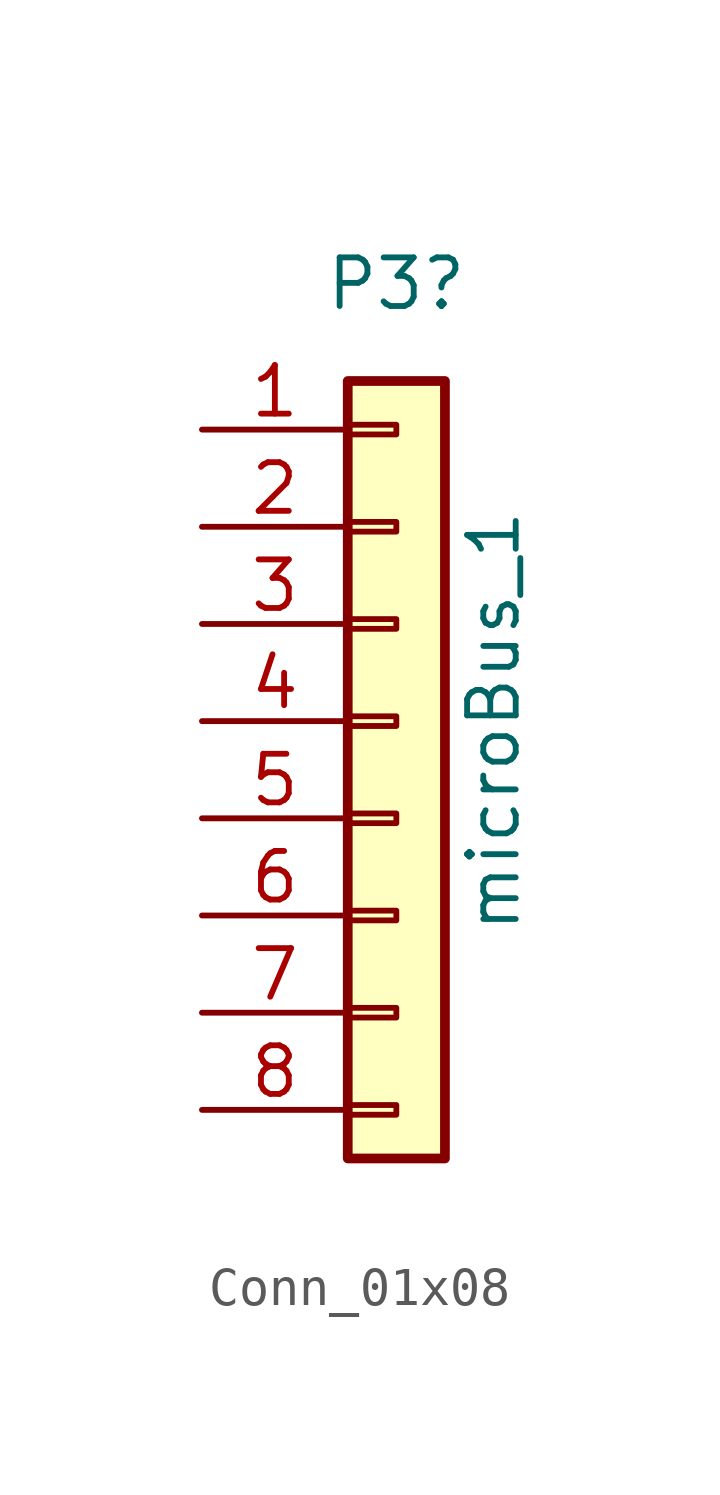
<source format=kicad_sym>
(kicad_symbol_lib
  (version 20231120)
  (generator "kicad_symbol_editor")
  (generator_version "8.0")
  (symbol "Conn_01x08"
    (pin_names
      (offset 1.016) hide)
    (property "Reference" "P3"
      (at 0 11.43 0)
      (effects (font (size 1.27 1.27))))
    (property "Value" "microBus_1"
      (at 2.54 0 90)
      (effects (font (size 1.27 1.27))))
    (property "Datasheet" ""
      (at 0 0 0)
      (effects (font (size 1.27 1.27))))
    (symbol "Conn_01x08_1_1"
      (rectangle (start -1.27 -10.033) (end 0 -10.287) (stroke (width 0.152) (type solid)) (fill (type none)))
      (rectangle (start -1.27 -7.493) (end 0 -7.747) (stroke (width 0.152) (type solid)) (fill (type none)))
      (rectangle (start -1.27 -4.953) (end 0 -5.207) (stroke (width 0.152) (type solid)) (fill (type none)))
      (rectangle (start -1.27 -2.413) (end 0 -2.667) (stroke (width 0.152) (type solid)) (fill (type none)))
      (rectangle (start -1.27 0.127) (end 0 -0.127) (stroke (width 0.152) (type solid)) (fill (type none)))
      (rectangle (start -1.27 2.667) (end 0 2.413) (stroke (width 0.152) (type solid)) (fill (type none)))
      (rectangle (start -1.27 5.207) (end 0 4.953) (stroke (width 0.152) (type solid)) (fill (type none)))
      (rectangle (start -1.27 7.747) (end 0 7.493) (stroke (width 0.152) (type solid)) (fill (type none)))
      (rectangle (start -1.27 8.89) (end 1.27 -11.43) (stroke (width 0.254) (type solid)) (fill (type background)))
      (pin passive line (at -5.08 7.62 0) (length 3.81) (name "Pin_1" (effects (font (size 1.27 1.27)))) (number "1" (effects (font (size 1.27 1.27)))))
      (pin passive line (at -5.08 5.08 0) (length 3.81) (name "Pin_2" (effects (font (size 1.27 1.27)))) (number "2" (effects (font (size 1.27 1.27)))))
      (pin passive line (at -5.08 2.54 0) (length 3.81) (name "Pin_3" (effects (font (size 1.27 1.27)))) (number "3" (effects (font (size 1.27 1.27)))))
      (pin passive line (at -5.08 0 0) (length 3.81) (name "Pin_4" (effects (font (size 1.27 1.27)))) (number "4" (effects (font (size 1.27 1.27)))))
      (pin passive line (at -5.08 -2.54 0) (length 3.81) (name "Pin_5" (effects (font (size 1.27 1.27)))) (number "5" (effects (font (size 1.27 1.27)))))
      (pin passive line (at -5.08 -5.08 0) (length 3.81) (name "Pin_6" (effects (font (size 1.27 1.27)))) (number "6" (effects (font (size 1.27 1.27)))))
      (pin passive line (at -5.08 -7.62 0) (length 3.81) (name "Pin_7" (effects (font (size 1.27 1.27)))) (number "7" (effects (font (size 1.27 1.27)))))
      (pin passive line (at -5.08 -10.16 0) (length 3.81) (name "Pin_8" (effects (font (size 1.27 1.27)))) (number "8" (effects (font (size 1.27 1.27))))))))
</source>
